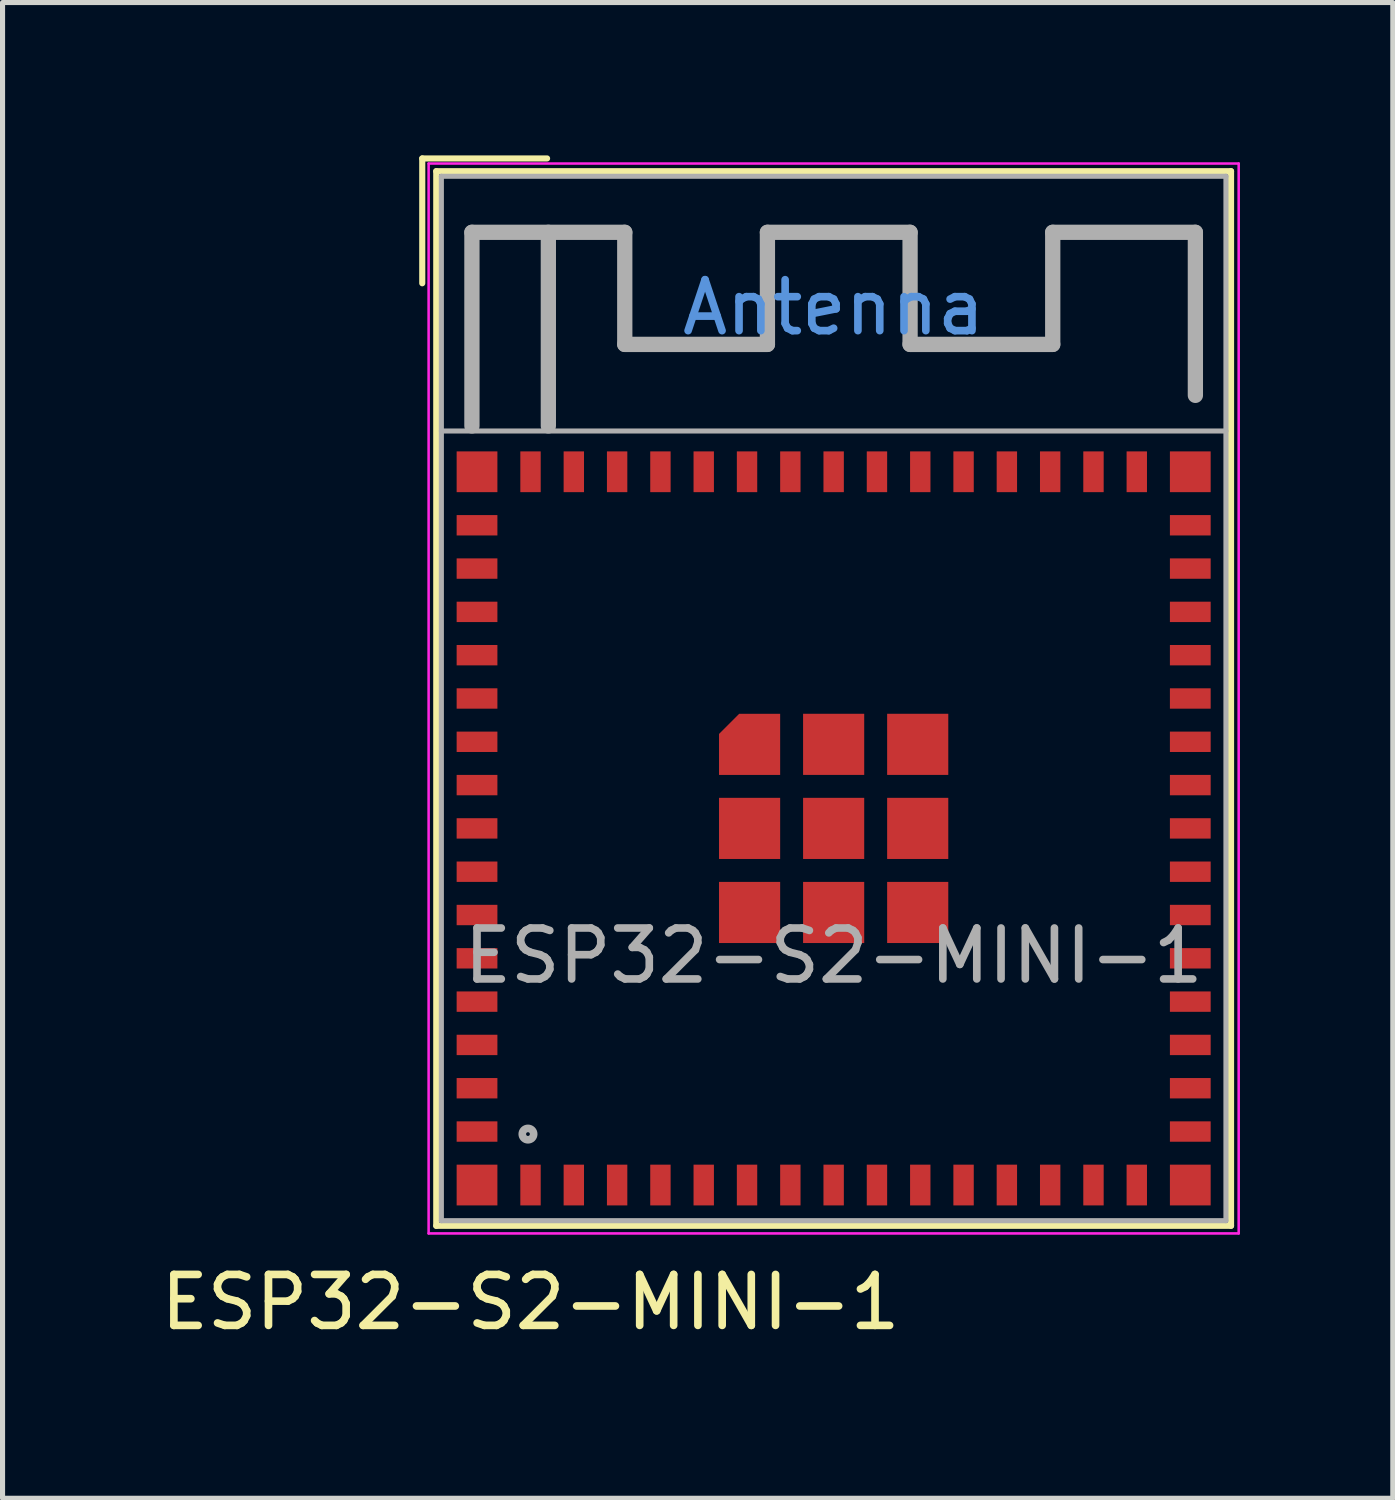
<source format=kicad_pcb>
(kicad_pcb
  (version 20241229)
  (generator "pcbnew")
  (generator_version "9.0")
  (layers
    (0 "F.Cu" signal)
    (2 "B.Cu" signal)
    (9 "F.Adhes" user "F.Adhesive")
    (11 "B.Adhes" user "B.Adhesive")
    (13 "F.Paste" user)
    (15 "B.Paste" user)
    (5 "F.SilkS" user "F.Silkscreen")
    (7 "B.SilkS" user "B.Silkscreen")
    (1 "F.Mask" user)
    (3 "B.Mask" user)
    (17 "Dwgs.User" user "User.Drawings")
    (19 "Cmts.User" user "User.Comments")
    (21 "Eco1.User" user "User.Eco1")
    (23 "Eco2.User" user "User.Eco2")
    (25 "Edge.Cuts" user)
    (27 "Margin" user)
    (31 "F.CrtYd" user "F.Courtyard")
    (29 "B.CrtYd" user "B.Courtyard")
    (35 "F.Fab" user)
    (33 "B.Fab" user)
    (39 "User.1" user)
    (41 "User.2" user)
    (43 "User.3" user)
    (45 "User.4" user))
  (footprint "ESP32-S2-MINI-1"
    (layer "F.Cu")
    (at 13.313 10.66)
    (property "Reference" "ESP32-S2-MINI-1" (at -5.95 11.85 0) (unlocked yes) (layer "F.SilkS") (effects (font (size 1 1) (thickness 0.15))))
    (attr smd)
    (fp_line (start -8.075 -10.6) (end -8.075 -8.15) (stroke (width 0.12) (type solid)) (layer "F.SilkS"))
    (fp_line (start -8.075 -10.6) (end -5.625 -10.6) (stroke (width 0.12) (type solid)) (layer "F.SilkS"))
    (fp_line (start -7.8 -10.35) (end 7.8 -10.35) (stroke (width 0.12) (type solid)) (layer "F.SilkS"))
    (fp_line (start -7.8 10.35) (end -7.8 -10.35) (stroke (width 0.12) (type solid)) (layer "F.SilkS"))
    (fp_line (start 7.8 -10.35) (end 7.8 10.35) (stroke (width 0.12) (type solid)) (layer "F.SilkS"))
    (fp_line (start 7.8 10.35) (end -7.8 10.35) (stroke (width 0.12) (type solid)) (layer "F.SilkS"))
    (fp_line (start -7.95 -10.5) (end 7.95 -10.5) (stroke (width 0.05) (type solid)) (layer "F.CrtYd"))
    (fp_line (start -7.95 10.5) (end -7.95 -10.5) (stroke (width 0.05) (type solid)) (layer "F.CrtYd"))
    (fp_line (start 7.95 -10.5) (end 7.95 10.5) (stroke (width 0.05) (type solid)) (layer "F.CrtYd"))
    (fp_line (start 7.95 10.5) (end -7.95 10.5) (stroke (width 0.05) (type solid)) (layer "F.CrtYd"))
    (fp_line (start -7.7 -10.25) (end 7.7 -10.25) (stroke (width 0.1) (type solid)) (layer "F.Fab"))
    (fp_line (start -7.7 -5.25) (end 7.7 -5.25) (stroke (width 0.1) (type solid)) (layer "F.Fab"))
    (fp_line (start -7.7 10.25) (end -7.7 -10.25) (stroke (width 0.1) (type solid)) (layer "F.Fab"))
    (fp_line (start -7.1 -9.15) (end -4.1 -9.15) (stroke (width 0.3) (type solid)) (layer "F.Fab"))
    (fp_line (start -7.1 -5.35) (end -7.1 -9.15) (stroke (width 0.3) (type solid)) (layer "F.Fab"))
    (fp_line (start -5.6 -5.35) (end -5.6 -9.15) (stroke (width 0.3) (type solid)) (layer "F.Fab"))
    (fp_line (start -4.1 -9.15) (end -4.1 -6.95) (stroke (width 0.3) (type solid)) (layer "F.Fab"))
    (fp_line (start -4.1 -6.95) (end -1.3 -6.95) (stroke (width 0.3) (type solid)) (layer "F.Fab"))
    (fp_line (start -1.3 -9.15) (end 1.5 -9.15) (stroke (width 0.3) (type solid)) (layer "F.Fab"))
    (fp_line (start -1.3 -6.95) (end -1.3 -9.15) (stroke (width 0.3) (type solid)) (layer "F.Fab"))
    (fp_line (start 1.5 -9.15) (end 1.5 -6.95) (stroke (width 0.3) (type solid)) (layer "F.Fab"))
    (fp_line (start 1.5 -6.95) (end 4.3 -6.95) (stroke (width 0.3) (type solid)) (layer "F.Fab"))
    (fp_line (start 4.3 -9.15) (end 7.1 -9.15) (stroke (width 0.3) (type solid)) (layer "F.Fab"))
    (fp_line (start 4.3 -6.95) (end 4.3 -9.15) (stroke (width 0.3) (type solid)) (layer "F.Fab"))
    (fp_line (start 7.1 -9.15) (end 7.1 -5.95) (stroke (width 0.3) (type solid)) (layer "F.Fab"))
    (fp_line (start 7.7 -10.25) (end 7.7 10.25) (stroke (width 0.1) (type solid)) (layer "F.Fab"))
    (fp_line (start 7.7 10.25) (end -7.7 10.25) (stroke (width 0.1) (type solid)) (layer "F.Fab"))
    (fp_circle (center -6 8.55) (end -5.888 8.55) (stroke (width 0.15) (type solid)) (fill no) (layer "F.Fab"))
    (fp_text user "Antenna" (at 0 -7.675 0) (layer "Cmts.User") (effects (font (size 1 1) (thickness 0.15))))
    (fp_text user "${REFERENCE}" (at 0 5.05 0) (unlocked yes) (layer "F.Fab") (effects (font (size 1 1) (thickness 0.15))))
    (pad "1" smd rect (at -7 -3.4) (size 0.8 0.4) (layers "F.Cu" "F.Mask" "F.Paste"))
    (pad "2" smd rect (at -7 -2.55) (size 0.8 0.4) (layers "F.Cu" "F.Mask" "F.Paste"))
    (pad "3" smd rect (at -7 -1.7) (size 0.8 0.4) (layers "F.Cu" "F.Mask" "F.Paste"))
    (pad "4" smd rect (at -7 -0.85) (size 0.8 0.4) (layers "F.Cu" "F.Mask" "F.Paste"))
    (pad "5" smd rect (at -7 0) (size 0.8 0.4) (layers "F.Cu" "F.Mask" "F.Paste"))
    (pad "6" smd rect (at -7 0.85) (size 0.8 0.4) (layers "F.Cu" "F.Mask" "F.Paste"))
    (pad "7" smd rect (at -7 1.7) (size 0.8 0.4) (layers "F.Cu" "F.Mask" "F.Paste"))
    (pad "8" smd rect (at -7 2.55) (size 0.8 0.4) (layers "F.Cu" "F.Mask" "F.Paste"))
    (pad "9" smd rect (at -7 3.4) (size 0.8 0.4) (layers "F.Cu" "F.Mask" "F.Paste"))
    (pad "10" smd rect (at -7 4.25) (size 0.8 0.4) (layers "F.Cu" "F.Mask" "F.Paste"))
    (pad "11" smd rect (at -7 5.1) (size 0.8 0.4) (layers "F.Cu" "F.Mask" "F.Paste"))
    (pad "12" smd rect (at -7 5.95) (size 0.8 0.4) (layers "F.Cu" "F.Mask" "F.Paste"))
    (pad "13" smd rect (at -7 6.8) (size 0.8 0.4) (layers "F.Cu" "F.Mask" "F.Paste"))
    (pad "14" smd rect (at -7 7.65) (size 0.8 0.4) (layers "F.Cu" "F.Mask" "F.Paste"))
    (pad "15" smd rect (at -7 8.5) (size 0.8 0.4) (layers "F.Cu" "F.Mask" "F.Paste"))
    (pad "16" smd rect (at -5.95 9.55 90) (size 0.8 0.4) (layers "F.Cu" "F.Mask" "F.Paste"))
    (pad "17" smd rect (at -5.1 9.55 90) (size 0.8 0.4) (layers "F.Cu" "F.Mask" "F.Paste"))
    (pad "18" smd rect (at -4.25 9.55 90) (size 0.8 0.4) (layers "F.Cu" "F.Mask" "F.Paste"))
    (pad "19" smd rect (at -3.4 9.55 90) (size 0.8 0.4) (layers "F.Cu" "F.Mask" "F.Paste"))
    (pad "20" smd rect (at -2.55 9.55 90) (size 0.8 0.4) (layers "F.Cu" "F.Mask" "F.Paste"))
    (pad "21" smd rect (at -1.7 9.55 90) (size 0.8 0.4) (layers "F.Cu" "F.Mask" "F.Paste"))
    (pad "22" smd rect (at -0.85 9.55 90) (size 0.8 0.4) (layers "F.Cu" "F.Mask" "F.Paste"))
    (pad "23" smd rect (at 0 9.55 90) (size 0.8 0.4) (layers "F.Cu" "F.Mask" "F.Paste"))
    (pad "24" smd rect (at 0.85 9.55 90) (size 0.8 0.4) (layers "F.Cu" "F.Mask" "F.Paste"))
    (pad "25" smd rect (at 1.7 9.55 90) (size 0.8 0.4) (layers "F.Cu" "F.Mask" "F.Paste"))
    (pad "26" smd rect (at 2.55 9.55 90) (size 0.8 0.4) (layers "F.Cu" "F.Mask" "F.Paste"))
    (pad "27" smd rect (at 3.4 9.55 90) (size 0.8 0.4) (layers "F.Cu" "F.Mask" "F.Paste"))
    (pad "28" smd rect (at 4.25 9.55 90) (size 0.8 0.4) (layers "F.Cu" "F.Mask" "F.Paste"))
    (pad "29" smd rect (at 5.1 9.55 90) (size 0.8 0.4) (layers "F.Cu" "F.Mask" "F.Paste"))
    (pad "30" smd rect (at 5.95 9.55 90) (size 0.8 0.4) (layers "F.Cu" "F.Mask" "F.Paste"))
    (pad "31" smd rect (at 7 8.5) (size 0.8 0.4) (layers "F.Cu" "F.Mask" "F.Paste"))
    (pad "32" smd rect (at 7 7.65) (size 0.8 0.4) (layers "F.Cu" "F.Mask" "F.Paste"))
    (pad "33" smd rect (at 7 6.8) (size 0.8 0.4) (layers "F.Cu" "F.Mask" "F.Paste"))
    (pad "34" smd rect (at 7 5.95) (size 0.8 0.4) (layers "F.Cu" "F.Mask" "F.Paste"))
    (pad "35" smd rect (at 7 5.1) (size 0.8 0.4) (layers "F.Cu" "F.Mask" "F.Paste"))
    (pad "36" smd rect (at 7 4.25) (size 0.8 0.4) (layers "F.Cu" "F.Mask" "F.Paste"))
    (pad "37" smd rect (at 7 3.4) (size 0.8 0.4) (layers "F.Cu" "F.Mask" "F.Paste"))
    (pad "38" smd rect (at 7 2.55) (size 0.8 0.4) (layers "F.Cu" "F.Mask" "F.Paste"))
    (pad "39" smd rect (at 7 1.7) (size 0.8 0.4) (layers "F.Cu" "F.Mask" "F.Paste"))
    (pad "40" smd rect (at 7 0.85) (size 0.8 0.4) (layers "F.Cu" "F.Mask" "F.Paste"))
    (pad "41" smd rect (at 7 0) (size 0.8 0.4) (layers "F.Cu" "F.Mask" "F.Paste"))
    (pad "42" smd rect (at 7 -0.85) (size 0.8 0.4) (layers "F.Cu" "F.Mask" "F.Paste"))
    (pad "43" smd rect (at 7 -1.7) (size 0.8 0.4) (layers "F.Cu" "F.Mask" "F.Paste"))
    (pad "44" smd rect (at 7 -2.55) (size 0.8 0.4) (layers "F.Cu" "F.Mask" "F.Paste"))
    (pad "45" smd rect (at 7 -3.4) (size 0.8 0.4) (layers "F.Cu" "F.Mask" "F.Paste"))
    (pad "46" smd rect (at 5.95 -4.45 90) (size 0.8 0.4) (layers "F.Cu" "F.Mask" "F.Paste"))
    (pad "47" smd rect (at 5.1 -4.45 90) (size 0.8 0.4) (layers "F.Cu" "F.Mask" "F.Paste"))
    (pad "48" smd rect (at 4.25 -4.45 90) (size 0.8 0.4) (layers "F.Cu" "F.Mask" "F.Paste"))
    (pad "49" smd rect (at 3.4 -4.45 90) (size 0.8 0.4) (layers "F.Cu" "F.Mask" "F.Paste"))
    (pad "50" smd rect (at 2.55 -4.45 90) (size 0.8 0.4) (layers "F.Cu" "F.Mask" "F.Paste"))
    (pad "51" smd rect (at 1.7 -4.45 90) (size 0.8 0.4) (layers "F.Cu" "F.Mask" "F.Paste"))
    (pad "52" smd rect (at 0.85 -4.45 90) (size 0.8 0.4) (layers "F.Cu" "F.Mask" "F.Paste"))
    (pad "53" smd rect (at 0 -4.45 90) (size 0.8 0.4) (layers "F.Cu" "F.Mask" "F.Paste"))
    (pad "54" smd rect (at -0.85 -4.45 90) (size 0.8 0.4) (layers "F.Cu" "F.Mask" "F.Paste"))
    (pad "55" smd rect (at -1.7 -4.45 90) (size 0.8 0.4) (layers "F.Cu" "F.Mask" "F.Paste"))
    (pad "56" smd rect (at -2.55 -4.45 90) (size 0.8 0.4) (layers "F.Cu" "F.Mask" "F.Paste"))
    (pad "57" smd rect (at -3.4 -4.45 90) (size 0.8 0.4) (layers "F.Cu" "F.Mask" "F.Paste"))
    (pad "58" smd rect (at -4.25 -4.45 90) (size 0.8 0.4) (layers "F.Cu" "F.Mask" "F.Paste"))
    (pad "59" smd rect (at -5.1 -4.45 90) (size 0.8 0.4) (layers "F.Cu" "F.Mask" "F.Paste"))
    (pad "60" smd rect (at -5.95 -4.45 90) (size 0.8 0.4) (layers "F.Cu" "F.Mask" "F.Paste"))
    (pad "61" smd roundrect (at -1.65 0.9) (size 1.2 1.2) (layers "F.Cu" "F.Mask" "F.Paste") (roundrect_rratio 0) (chamfer_ratio 0.33) (chamfer top_left))
    (pad "61" smd rect (at -1.65 2.55) (size 1.2 1.2) (layers "F.Cu" "F.Mask" "F.Paste"))
    (pad "61" smd rect (at -1.65 4.2) (size 1.2 1.2) (layers "F.Cu" "F.Mask" "F.Paste"))
    (pad "61" smd rect (at 0 0.9) (size 1.2 1.2) (layers "F.Cu" "F.Mask" "F.Paste"))
    (pad "61" smd rect (at 0 2.55) (size 1.2 1.2) (layers "F.Cu" "F.Mask" "F.Paste"))
    (pad "61" smd rect (at 0 4.2) (size 1.2 1.2) (layers "F.Cu" "F.Mask" "F.Paste"))
    (pad "61" smd rect (at 1.65 0.9) (size 1.2 1.2) (layers "F.Cu" "F.Mask" "F.Paste"))
    (pad "61" smd rect (at 1.65 2.55) (size 1.2 1.2) (layers "F.Cu" "F.Mask" "F.Paste"))
    (pad "61" smd rect (at 1.65 4.2) (size 1.2 1.2) (layers "F.Cu" "F.Mask" "F.Paste"))
    (pad "62" smd rect (at -7 -4.45) (size 0.8 0.8) (layers "F.Cu" "F.Mask" "F.Paste"))
    (pad "63" smd rect (at -7 9.55) (size 0.8 0.8) (layers "F.Cu" "F.Mask" "F.Paste"))
    (pad "64" smd rect (at 7 9.55) (size 0.8 0.8) (layers "F.Cu" "F.Mask" "F.Paste"))
    (pad "65" smd rect (at 7 -4.45) (size 0.8 0.8) (layers "F.Cu" "F.Mask" "F.Paste"))
    (zone (net_name "") (layers "F.Cu" "B.Cu") (name "Antenna") (hatch edge 0.508) (connect_pads) (min_thickness 0.254) (filled_areas_thickness no) (keepout (tracks not_allowed) (vias not_allowed) (pads not_allowed) (copperpour not_allowed) (footprints not_allowed)) (placement (enabled no)) (fill) (polygon (pts (xy 21.013 5.41) (xy 5.613 5.41) (xy 5.613 0.41) (xy 21.013 0.41)))))
  (gr_rect
    (start -3 -3)
    (end 24.288 26.358)
    (stroke (width 0.1) (type default))
    (fill no)
    (layer "Edge.Cuts")))
</source>
